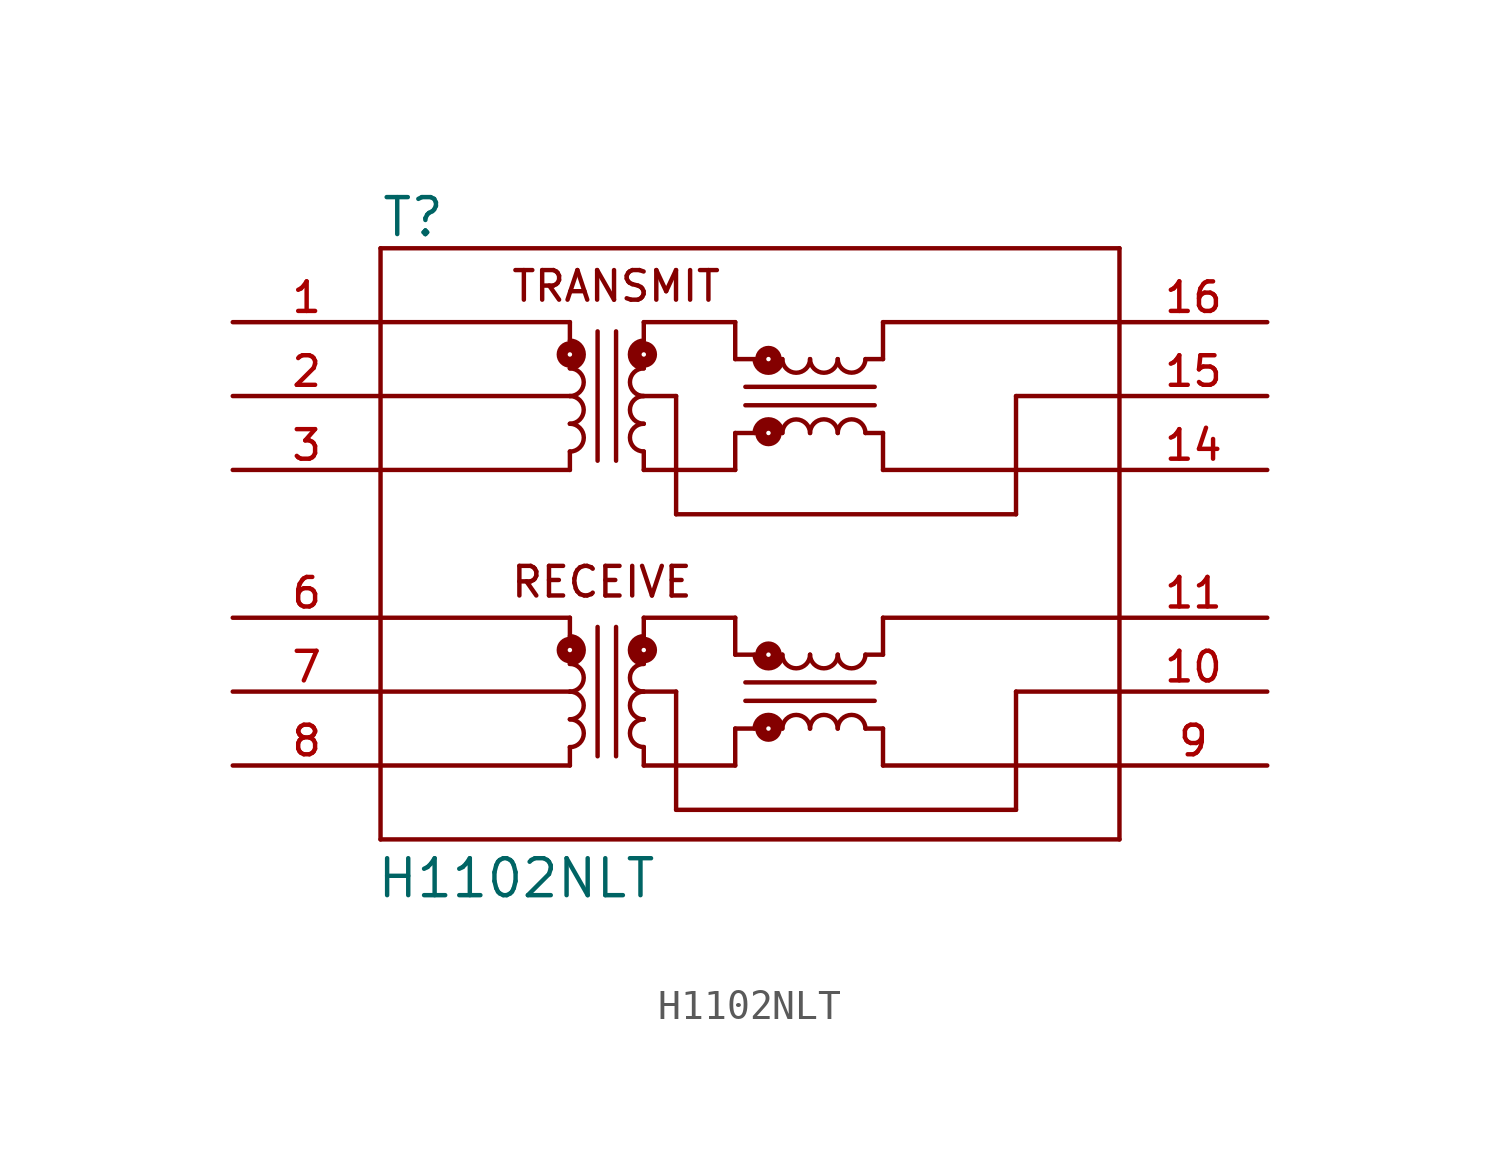
<source format=kicad_sym>
(kicad_symbol_lib
  (version 20211014)
  (generator kicad_symbol_editor)
  (symbol "H1102NLT"
    (pin_names
      (offset 1.016))
    (property "Reference" "T"
      (at -12.71 10.485 0)
      (effects (font (size 1.27 1.27)) (justify bottom left)))
    (property "Value" "H1102NLT"
      (at -12.876 -12.24 0)
      (effects (font (size 1.27 1.27)) (justify bottom left)))
    (symbol "H1102NLT_0_0"
      (polyline (pts (xy -12.636 7.62) (xy -6.191 7.62)) (stroke (width 0.152)))
      (polyline (pts (xy -6.191 7.62) (xy -6.191 6.985)) (stroke (width 0.152)))
      (polyline (pts (xy -12.636 2.54) (xy -6.191 2.54)) (stroke (width 0.152)))
      (polyline (pts (xy -6.191 2.54) (xy -6.191 3.175)) (stroke (width 0.152)))
      (arc (start -6.19125 6.0325) (mid -5.715 6.5088) (end -6.19125 6.985) (stroke (width 0.1524) (type default) (color 0 0 0 0)) (fill (type none)))
      (arc (start -6.19125 5.08) (mid -5.715 5.5563) (end -6.19125 6.0325) (stroke (width 0.1524) (type default) (color 0 0 0 0)) (fill (type none)))
      (arc (start -6.19125 4.1275) (mid -5.715 4.6037) (end -6.19125 5.08) (stroke (width 0.1524) (type default) (color 0 0 0 0)) (fill (type none)))
      (arc (start -6.19125 3.175) (mid -5.715 3.6513) (end -6.19125 4.1275) (stroke (width 0.1524) (type default) (color 0 0 0 0)) (fill (type none)))
      (polyline (pts (xy -0.508 7.62) (xy -3.651 7.62)) (stroke (width 0.152)))
      (polyline (pts (xy -3.651 7.62) (xy -3.651 6.985)) (stroke (width 0.152)))
      (polyline (pts (xy -0.508 2.54) (xy -3.651 2.54)) (stroke (width 0.152)))
      (polyline (pts (xy -3.651 2.54) (xy -3.651 3.175)) (stroke (width 0.152)))
      (arc (start -3.65125 6.0325) (mid -4.1275 6.5088) (end -3.65125 6.985) (stroke (width 0.1524) (type default) (color 0 0 0 0)) (fill (type none)))
      (arc (start -3.65125 5.08) (mid -4.1275 5.5563) (end -3.65125 6.0325) (stroke (width 0.1524) (type default) (color 0 0 0 0)) (fill (type none)))
      (arc (start -3.65125 4.1275) (mid -4.1275 4.6037) (end -3.65125 5.08) (stroke (width 0.1524) (type default) (color 0 0 0 0)) (fill (type none)))
      (arc (start -3.65125 3.175) (mid -4.1275 3.6513) (end -3.65125 4.1275) (stroke (width 0.1524) (type default) (color 0 0 0 0)) (fill (type none)))
      (polyline (pts (xy -5.239 7.303) (xy -5.239 2.857)) (stroke (width 0.152)))
      (polyline (pts (xy -4.604 7.303) (xy -4.604 2.857)) (stroke (width 0.152)))
      (circle (center -6.191 6.509) (radius 0.076) (stroke (width 0.381)) (fill (type none)))
      (circle (center -3.651 6.509) (radius 0.076) (stroke (width 0.381)) (fill (type none)))
      (arc (start 1.11125 3.81) (mid 0.635 4.2862) (end 0.15875 3.81) (stroke (width 0.1524) (type default) (color 0 0 0 0)) (fill (type none)))
      (arc (start 2.06375 3.81) (mid 1.5875 4.2862) (end 1.11125 3.81) (stroke (width 0.1524) (type default) (color 0 0 0 0)) (fill (type none)))
      (arc (start 3.01625 3.81) (mid 2.54 4.2862) (end 2.06375 3.81) (stroke (width 0.1524) (type default) (color 0 0 0 0)) (fill (type none)))
      (arc (start 3.96875 3.81) (mid 3.4925 4.2862) (end 3.01625 3.81) (stroke (width 0.1524) (type default) (color 0 0 0 0)) (fill (type none)))
      (arc (start 1.11125 6.35) (mid 0.635 5.8737) (end 0.15875 6.35) (stroke (width 0.1524) (type default) (color 0 0 0 0)) (fill (type none)))
      (arc (start 2.06375 6.35) (mid 1.5875 5.8737) (end 1.11125 6.35) (stroke (width 0.1524) (type default) (color 0 0 0 0)) (fill (type none)))
      (arc (start 3.01625 6.35) (mid 2.54 5.8737) (end 2.06375 6.35) (stroke (width 0.1524) (type default) (color 0 0 0 0)) (fill (type none)))
      (arc (start 3.96875 6.35) (mid 3.4925 5.8737) (end 3.01625 6.35) (stroke (width 0.1524) (type default) (color 0 0 0 0)) (fill (type none)))
      (polyline (pts (xy -0.159 4.763) (xy 4.286 4.763)) (stroke (width 0.152)))
      (polyline (pts (xy -0.159 5.397) (xy 4.286 5.397)) (stroke (width 0.152)))
      (circle (center 0.635 3.81) (radius 0.076) (stroke (width 0.381)) (fill (type none)))
      (circle (center 0.635 6.35) (radius 0.076) (stroke (width 0.381)) (fill (type none)))
      (polyline (pts (xy 0.159 6.35) (xy -0.508 6.35)) (stroke (width 0.152)))
      (polyline (pts (xy -0.508 6.35) (xy -0.508 7.62)) (stroke (width 0.152)))
      (polyline (pts (xy -0.508 3.81) (xy -0.508 2.54)) (stroke (width 0.152)))
      (polyline (pts (xy -0.508 3.81) (xy 0.159 3.81)) (stroke (width 0.152)))
      (polyline (pts (xy 4.572 6.35) (xy 3.969 6.35)) (stroke (width 0.152)))
      (polyline (pts (xy 4.572 3.81) (xy 3.969 3.81)) (stroke (width 0.152)))
      (polyline (pts (xy 4.572 6.35) (xy 4.572 7.62)) (stroke (width 0.152)))
      (polyline (pts (xy 12.7 7.62) (xy 4.572 7.62)) (stroke (width 0.152)))
      (polyline (pts (xy 4.572 2.54) (xy 4.572 3.81)) (stroke (width 0.152)))
      (polyline (pts (xy 12.7 2.54) (xy 4.572 2.54)) (stroke (width 0.152)))
      (polyline (pts (xy -12.636 5.08) (xy -6.191 5.08)) (stroke (width 0.152)))
      (polyline (pts (xy -12.636 -2.54) (xy -6.191 -2.54)) (stroke (width 0.152)))
      (polyline (pts (xy -6.191 -2.54) (xy -6.191 -3.175)) (stroke (width 0.152)))
      (polyline (pts (xy -12.636 -7.62) (xy -6.191 -7.62)) (stroke (width 0.152)))
      (polyline (pts (xy -6.191 -7.62) (xy -6.191 -6.985)) (stroke (width 0.152)))
      (arc (start -6.19125 -4.1275) (mid -5.715 -3.6513) (end -6.19125 -3.175) (stroke (width 0.1524) (type default) (color 0 0 0 0)) (fill (type none)))
      (arc (start -6.19125 -5.08) (mid -5.715 -4.6037) (end -6.19125 -4.1275) (stroke (width 0.1524) (type default) (color 0 0 0 0)) (fill (type none)))
      (arc (start -6.19125 -6.0325) (mid -5.715 -5.5563) (end -6.19125 -5.08) (stroke (width 0.1524) (type default) (color 0 0 0 0)) (fill (type none)))
      (arc (start -6.19125 -6.985) (mid -5.715 -6.5088) (end -6.19125 -6.0325) (stroke (width 0.1524) (type default) (color 0 0 0 0)) (fill (type none)))
      (polyline (pts (xy -0.508 -2.54) (xy -3.651 -2.54)) (stroke (width 0.152)))
      (polyline (pts (xy -3.651 -2.54) (xy -3.651 -3.175)) (stroke (width 0.152)))
      (polyline (pts (xy -0.508 -7.62) (xy -3.651 -7.62)) (stroke (width 0.152)))
      (polyline (pts (xy -3.651 -7.62) (xy -3.651 -6.985)) (stroke (width 0.152)))
      (arc (start -3.65125 -4.1275) (mid -4.1275 -3.6513) (end -3.65125 -3.175) (stroke (width 0.1524) (type default) (color 0 0 0 0)) (fill (type none)))
      (arc (start -3.65125 -5.08) (mid -4.1275 -4.6037) (end -3.65125 -4.1275) (stroke (width 0.1524) (type default) (color 0 0 0 0)) (fill (type none)))
      (arc (start -3.65125 -6.0325) (mid -4.1275 -5.5563) (end -3.65125 -5.08) (stroke (width 0.1524) (type default) (color 0 0 0 0)) (fill (type none)))
      (arc (start -3.65125 -6.985) (mid -4.1275 -6.5088) (end -3.65125 -6.0325) (stroke (width 0.1524) (type default) (color 0 0 0 0)) (fill (type none)))
      (polyline (pts (xy -5.239 -2.857) (xy -5.239 -7.303)) (stroke (width 0.152)))
      (polyline (pts (xy -4.604 -2.857) (xy -4.604 -7.303)) (stroke (width 0.152)))
      (circle (center -6.191 -3.651) (radius 0.076) (stroke (width 0.381)) (fill (type none)))
      (circle (center -3.651 -3.651) (radius 0.076) (stroke (width 0.381)) (fill (type none)))
      (arc (start 1.11125 -6.35) (mid 0.635 -5.8737) (end 0.15875 -6.35) (stroke (width 0.1524) (type default) (color 0 0 0 0)) (fill (type none)))
      (arc (start 2.06375 -6.35) (mid 1.5875 -5.8737) (end 1.11125 -6.35) (stroke (width 0.1524) (type default) (color 0 0 0 0)) (fill (type none)))
      (arc (start 3.01625 -6.35) (mid 2.54 -5.8737) (end 2.06375 -6.35) (stroke (width 0.1524) (type default) (color 0 0 0 0)) (fill (type none)))
      (arc (start 3.96875 -6.35) (mid 3.4925 -5.8737) (end 3.01625 -6.35) (stroke (width 0.1524) (type default) (color 0 0 0 0)) (fill (type none)))
      (arc (start 1.11125 -3.81) (mid 0.635 -4.2862) (end 0.15875 -3.81) (stroke (width 0.1524) (type default) (color 0 0 0 0)) (fill (type none)))
      (arc (start 2.06375 -3.81) (mid 1.5875 -4.2862) (end 1.11125 -3.81) (stroke (width 0.1524) (type default) (color 0 0 0 0)) (fill (type none)))
      (arc (start 3.01625 -3.81) (mid 2.54 -4.2862) (end 2.06375 -3.81) (stroke (width 0.1524) (type default) (color 0 0 0 0)) (fill (type none)))
      (arc (start 3.96875 -3.81) (mid 3.4925 -4.2862) (end 3.01625 -3.81) (stroke (width 0.1524) (type default) (color 0 0 0 0)) (fill (type none)))
      (polyline (pts (xy -0.159 -5.397) (xy 4.286 -5.397)) (stroke (width 0.152)))
      (polyline (pts (xy -0.159 -4.763) (xy 4.286 -4.763)) (stroke (width 0.152)))
      (circle (center 0.635 -6.35) (radius 0.076) (stroke (width 0.381)) (fill (type none)))
      (circle (center 0.635 -3.81) (radius 0.076) (stroke (width 0.381)) (fill (type none)))
      (polyline (pts (xy 0.159 -3.81) (xy -0.508 -3.81)) (stroke (width 0.152)))
      (polyline (pts (xy -0.508 -3.81) (xy -0.508 -2.54)) (stroke (width 0.152)))
      (polyline (pts (xy -0.508 -6.35) (xy -0.508 -7.62)) (stroke (width 0.152)))
      (polyline (pts (xy -0.508 -6.35) (xy 0.159 -6.35)) (stroke (width 0.152)))
      (polyline (pts (xy 4.572 -3.81) (xy 3.969 -3.81)) (stroke (width 0.152)))
      (polyline (pts (xy 4.572 -6.35) (xy 3.969 -6.35)) (stroke (width 0.152)))
      (polyline (pts (xy 4.572 -3.81) (xy 4.572 -2.54)) (stroke (width 0.152)))
      (polyline (pts (xy 12.7 -2.54) (xy 4.572 -2.54)) (stroke (width 0.152)))
      (polyline (pts (xy 4.572 -7.62) (xy 4.572 -6.35)) (stroke (width 0.152)))
      (polyline (pts (xy 12.7 -7.62) (xy 4.572 -7.62)) (stroke (width 0.152)))
      (polyline (pts (xy -12.636 -5.08) (xy -6.191 -5.08)) (stroke (width 0.152)))
      (polyline (pts (xy -12.7 10.16) (xy 12.7 10.16)) (stroke (width 0.152)))
      (polyline (pts (xy 12.7 10.16) (xy 12.7 7.62)) (stroke (width 0.152)))
      (polyline (pts (xy 12.7 7.62) (xy 12.7 5.08)) (stroke (width 0.152)))
      (polyline (pts (xy 12.7 5.08) (xy 12.7 2.54)) (stroke (width 0.152)))
      (polyline (pts (xy 12.7 2.54) (xy 12.7 -2.54)) (stroke (width 0.152)))
      (polyline (pts (xy 12.7 -2.54) (xy 12.7 -5.08)) (stroke (width 0.152)))
      (polyline (pts (xy 12.7 -5.08) (xy 12.7 -7.62)) (stroke (width 0.152)))
      (polyline (pts (xy 12.7 -7.62) (xy 12.7 -10.16)) (stroke (width 0.152)))
      (polyline (pts (xy 12.7 -10.16) (xy -12.7 -10.16)) (stroke (width 0.152)))
      (polyline (pts (xy -12.7 -10.16) (xy -12.7 10.16)) (stroke (width 0.152)))
      (polyline (pts (xy -3.81 5.08) (xy -2.54 5.08)) (stroke (width 0.152)))
      (polyline (pts (xy -3.81 -5.08) (xy -2.54 -5.08)) (stroke (width 0.152)))
      (polyline (pts (xy -2.54 5.08) (xy -2.54 1.016)) (stroke (width 0.152)))
      (polyline (pts (xy -2.54 1.016) (xy 9.144 1.016)) (stroke (width 0.152)))
      (polyline (pts (xy 9.144 1.016) (xy 9.144 5.08)) (stroke (width 0.152)))
      (polyline (pts (xy 9.144 5.08) (xy 12.7 5.08)) (stroke (width 0.152)))
      (polyline (pts (xy -2.54 -5.08) (xy -2.54 -9.144)) (stroke (width 0.152)))
      (polyline (pts (xy -2.54 -9.144) (xy 9.144 -9.144)) (stroke (width 0.152)))
      (polyline (pts (xy 9.144 -9.144) (xy 9.144 -5.08)) (stroke (width 0.152)))
      (polyline (pts (xy 9.144 -5.08) (xy 12.7 -5.08)) (stroke (width 0.152)))
      (text "TRANSMIT" (at -8.261 8.261 0) (effects (font (size 1.017 1.017)) (justify bottom left)))
      (text "RECEIVE" (at -8.27 -1.908 0) (effects (font (size 1.018 1.018)) (justify bottom left)))
      (pin passive line (at -17.78 7.62 0) (length 5.08) (name "~" (effects (font (size 1.016 1.016)))) (number "1" (effects (font (size 1.016 1.016)))))
      (pin passive line (at -17.78 5.08 0) (length 5.08) (name "~" (effects (font (size 1.016 1.016)))) (number "2" (effects (font (size 1.016 1.016)))))
      (pin passive line (at -17.78 2.54 0) (length 5.08) (name "~" (effects (font (size 1.016 1.016)))) (number "3" (effects (font (size 1.016 1.016)))))
      (pin passive line (at -17.78 -2.54 0) (length 5.08) (name "~" (effects (font (size 1.016 1.016)))) (number "6" (effects (font (size 1.016 1.016)))))
      (pin passive line (at -17.78 -5.08 0) (length 5.08) (name "~" (effects (font (size 1.016 1.016)))) (number "7" (effects (font (size 1.016 1.016)))))
      (pin passive line (at -17.78 -7.62 0) (length 5.08) (name "~" (effects (font (size 1.016 1.016)))) (number "8" (effects (font (size 1.016 1.016)))))
      (pin passive line (at 17.78 -7.62 180.0) (length 5.08) (name "~" (effects (font (size 1.016 1.016)))) (number "9" (effects (font (size 1.016 1.016)))))
      (pin passive line (at 17.78 -5.08 180.0) (length 5.08) (name "~" (effects (font (size 1.016 1.016)))) (number "10" (effects (font (size 1.016 1.016)))))
      (pin passive line (at 17.78 -2.54 180.0) (length 5.08) (name "~" (effects (font (size 1.016 1.016)))) (number "11" (effects (font (size 1.016 1.016)))))
      (pin passive line (at 17.78 2.54 180.0) (length 5.08) (name "~" (effects (font (size 1.016 1.016)))) (number "14" (effects (font (size 1.016 1.016)))))
      (pin passive line (at 17.78 5.08 180.0) (length 5.08) (name "~" (effects (font (size 1.016 1.016)))) (number "15" (effects (font (size 1.016 1.016)))))
      (pin passive line (at 17.78 7.62 180.0) (length 5.08) (name "~" (effects (font (size 1.016 1.016)))) (number "16" (effects (font (size 1.016 1.016))))))))
</source>
